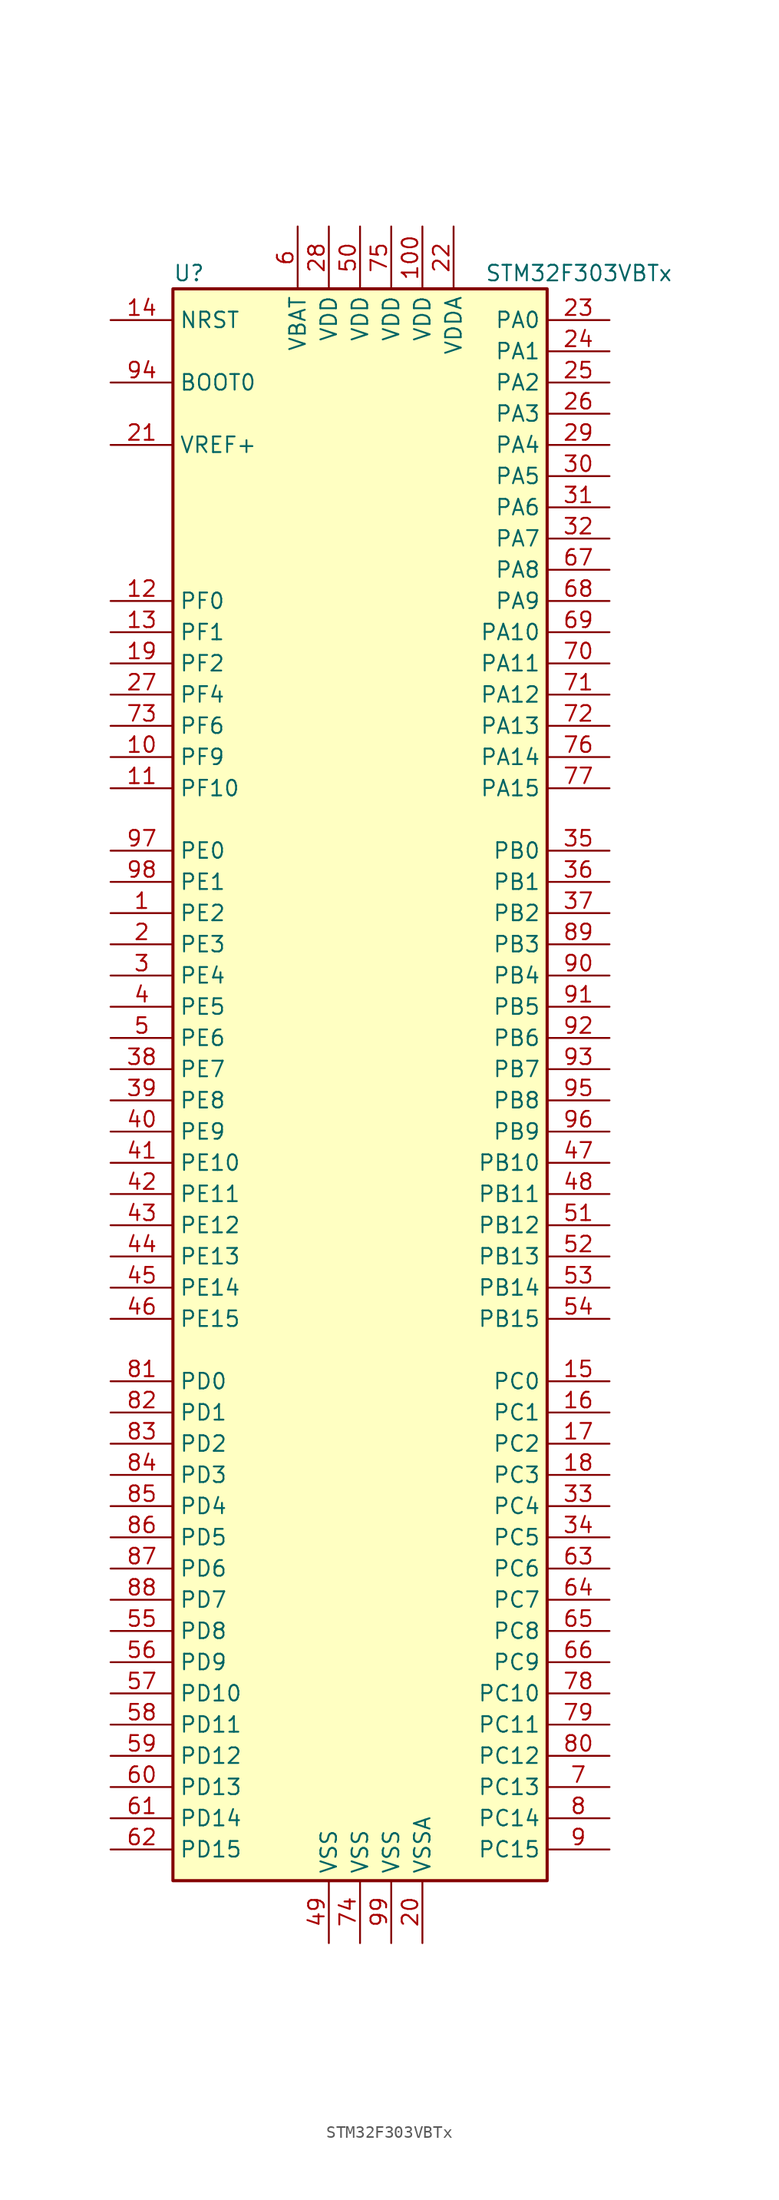
<source format=kicad_sym>
(kicad_symbol_lib
  (version 20201005)
  (generator kicad_symbol_editor)
  (symbol "STM32F303VBTx"
    (property "Reference" "U"
      (at -15.24 64.77 0)
      (effects (font (size 1.27 1.27)) (justify left)))
    (property "Value" "STM32F303VBTx"
      (at 10.16 64.77 0)
      (effects (font (size 1.27 1.27)) (justify left)))
    (symbol "STM32F303VBTx_0_1"
      (rectangle (start -15.24 -66.04) (end 15.24 63.5) (stroke (width 0.254)) (fill (type background))))
    (symbol "STM32F303VBTx_1_1"
      (pin input line (at -20.32 55.88 0) (length 5.08) (name "BOOT0" (effects (font (size 1.27 1.27)))) (number "94" (effects (font (size 1.27 1.27)))))
      (pin input line (at -20.32 60.96 0) (length 5.08) (name "NRST" (effects (font (size 1.27 1.27)))) (number "14" (effects (font (size 1.27 1.27)))))
      (pin bidirectional line (at 20.32 60.96 180) (length 5.08) (name "PA0" (effects (font (size 1.27 1.27)))) (number "23" (effects (font (size 1.27 1.27)))))
      (pin bidirectional line (at 20.32 58.42 180) (length 5.08) (name "PA1" (effects (font (size 1.27 1.27)))) (number "24" (effects (font (size 1.27 1.27)))))
      (pin bidirectional line (at 20.32 35.56 180) (length 5.08) (name "PA10" (effects (font (size 1.27 1.27)))) (number "69" (effects (font (size 1.27 1.27)))))
      (pin bidirectional line (at 20.32 33.02 180) (length 5.08) (name "PA11" (effects (font (size 1.27 1.27)))) (number "70" (effects (font (size 1.27 1.27)))))
      (pin bidirectional line (at 20.32 30.48 180) (length 5.08) (name "PA12" (effects (font (size 1.27 1.27)))) (number "71" (effects (font (size 1.27 1.27)))))
      (pin bidirectional line (at 20.32 27.94 180) (length 5.08) (name "PA13" (effects (font (size 1.27 1.27)))) (number "72" (effects (font (size 1.27 1.27)))))
      (pin bidirectional line (at 20.32 25.4 180) (length 5.08) (name "PA14" (effects (font (size 1.27 1.27)))) (number "76" (effects (font (size 1.27 1.27)))))
      (pin bidirectional line (at 20.32 22.86 180) (length 5.08) (name "PA15" (effects (font (size 1.27 1.27)))) (number "77" (effects (font (size 1.27 1.27)))))
      (pin bidirectional line (at 20.32 55.88 180) (length 5.08) (name "PA2" (effects (font (size 1.27 1.27)))) (number "25" (effects (font (size 1.27 1.27)))))
      (pin bidirectional line (at 20.32 53.34 180) (length 5.08) (name "PA3" (effects (font (size 1.27 1.27)))) (number "26" (effects (font (size 1.27 1.27)))))
      (pin bidirectional line (at 20.32 50.8 180) (length 5.08) (name "PA4" (effects (font (size 1.27 1.27)))) (number "29" (effects (font (size 1.27 1.27)))))
      (pin bidirectional line (at 20.32 48.26 180) (length 5.08) (name "PA5" (effects (font (size 1.27 1.27)))) (number "30" (effects (font (size 1.27 1.27)))))
      (pin bidirectional line (at 20.32 45.72 180) (length 5.08) (name "PA6" (effects (font (size 1.27 1.27)))) (number "31" (effects (font (size 1.27 1.27)))))
      (pin bidirectional line (at 20.32 43.18 180) (length 5.08) (name "PA7" (effects (font (size 1.27 1.27)))) (number "32" (effects (font (size 1.27 1.27)))))
      (pin bidirectional line (at 20.32 40.64 180) (length 5.08) (name "PA8" (effects (font (size 1.27 1.27)))) (number "67" (effects (font (size 1.27 1.27)))))
      (pin bidirectional line (at 20.32 38.1 180) (length 5.08) (name "PA9" (effects (font (size 1.27 1.27)))) (number "68" (effects (font (size 1.27 1.27)))))
      (pin bidirectional line (at 20.32 17.78 180) (length 5.08) (name "PB0" (effects (font (size 1.27 1.27)))) (number "35" (effects (font (size 1.27 1.27)))))
      (pin bidirectional line (at 20.32 15.24 180) (length 5.08) (name "PB1" (effects (font (size 1.27 1.27)))) (number "36" (effects (font (size 1.27 1.27)))))
      (pin bidirectional line (at 20.32 -7.62 180) (length 5.08) (name "PB10" (effects (font (size 1.27 1.27)))) (number "47" (effects (font (size 1.27 1.27)))))
      (pin bidirectional line (at 20.32 -10.16 180) (length 5.08) (name "PB11" (effects (font (size 1.27 1.27)))) (number "48" (effects (font (size 1.27 1.27)))))
      (pin bidirectional line (at 20.32 -12.7 180) (length 5.08) (name "PB12" (effects (font (size 1.27 1.27)))) (number "51" (effects (font (size 1.27 1.27)))))
      (pin bidirectional line (at 20.32 -15.24 180) (length 5.08) (name "PB13" (effects (font (size 1.27 1.27)))) (number "52" (effects (font (size 1.27 1.27)))))
      (pin bidirectional line (at 20.32 -17.78 180) (length 5.08) (name "PB14" (effects (font (size 1.27 1.27)))) (number "53" (effects (font (size 1.27 1.27)))))
      (pin bidirectional line (at 20.32 -20.32 180) (length 5.08) (name "PB15" (effects (font (size 1.27 1.27)))) (number "54" (effects (font (size 1.27 1.27)))))
      (pin bidirectional line (at 20.32 12.7 180) (length 5.08) (name "PB2" (effects (font (size 1.27 1.27)))) (number "37" (effects (font (size 1.27 1.27)))))
      (pin bidirectional line (at 20.32 10.16 180) (length 5.08) (name "PB3" (effects (font (size 1.27 1.27)))) (number "89" (effects (font (size 1.27 1.27)))))
      (pin bidirectional line (at 20.32 7.62 180) (length 5.08) (name "PB4" (effects (font (size 1.27 1.27)))) (number "90" (effects (font (size 1.27 1.27)))))
      (pin bidirectional line (at 20.32 5.08 180) (length 5.08) (name "PB5" (effects (font (size 1.27 1.27)))) (number "91" (effects (font (size 1.27 1.27)))))
      (pin bidirectional line (at 20.32 2.54 180) (length 5.08) (name "PB6" (effects (font (size 1.27 1.27)))) (number "92" (effects (font (size 1.27 1.27)))))
      (pin bidirectional line (at 20.32 0 180) (length 5.08) (name "PB7" (effects (font (size 1.27 1.27)))) (number "93" (effects (font (size 1.27 1.27)))))
      (pin bidirectional line (at 20.32 -2.54 180) (length 5.08) (name "PB8" (effects (font (size 1.27 1.27)))) (number "95" (effects (font (size 1.27 1.27)))))
      (pin bidirectional line (at 20.32 -5.08 180) (length 5.08) (name "PB9" (effects (font (size 1.27 1.27)))) (number "96" (effects (font (size 1.27 1.27)))))
      (pin bidirectional line (at 20.32 -25.4 180) (length 5.08) (name "PC0" (effects (font (size 1.27 1.27)))) (number "15" (effects (font (size 1.27 1.27)))))
      (pin bidirectional line (at 20.32 -27.94 180) (length 5.08) (name "PC1" (effects (font (size 1.27 1.27)))) (number "16" (effects (font (size 1.27 1.27)))))
      (pin bidirectional line (at 20.32 -50.8 180) (length 5.08) (name "PC10" (effects (font (size 1.27 1.27)))) (number "78" (effects (font (size 1.27 1.27)))))
      (pin bidirectional line (at 20.32 -53.34 180) (length 5.08) (name "PC11" (effects (font (size 1.27 1.27)))) (number "79" (effects (font (size 1.27 1.27)))))
      (pin bidirectional line (at 20.32 -55.88 180) (length 5.08) (name "PC12" (effects (font (size 1.27 1.27)))) (number "80" (effects (font (size 1.27 1.27)))))
      (pin bidirectional line (at 20.32 -58.42 180) (length 5.08) (name "PC13" (effects (font (size 1.27 1.27)))) (number "7" (effects (font (size 1.27 1.27)))))
      (pin bidirectional line (at 20.32 -60.96 180) (length 5.08) (name "PC14" (effects (font (size 1.27 1.27)))) (number "8" (effects (font (size 1.27 1.27)))))
      (pin bidirectional line (at 20.32 -63.5 180) (length 5.08) (name "PC15" (effects (font (size 1.27 1.27)))) (number "9" (effects (font (size 1.27 1.27)))))
      (pin bidirectional line (at 20.32 -30.48 180) (length 5.08) (name "PC2" (effects (font (size 1.27 1.27)))) (number "17" (effects (font (size 1.27 1.27)))))
      (pin bidirectional line (at 20.32 -33.02 180) (length 5.08) (name "PC3" (effects (font (size 1.27 1.27)))) (number "18" (effects (font (size 1.27 1.27)))))
      (pin bidirectional line (at 20.32 -35.56 180) (length 5.08) (name "PC4" (effects (font (size 1.27 1.27)))) (number "33" (effects (font (size 1.27 1.27)))))
      (pin bidirectional line (at 20.32 -38.1 180) (length 5.08) (name "PC5" (effects (font (size 1.27 1.27)))) (number "34" (effects (font (size 1.27 1.27)))))
      (pin bidirectional line (at 20.32 -40.64 180) (length 5.08) (name "PC6" (effects (font (size 1.27 1.27)))) (number "63" (effects (font (size 1.27 1.27)))))
      (pin bidirectional line (at 20.32 -43.18 180) (length 5.08) (name "PC7" (effects (font (size 1.27 1.27)))) (number "64" (effects (font (size 1.27 1.27)))))
      (pin bidirectional line (at 20.32 -45.72 180) (length 5.08) (name "PC8" (effects (font (size 1.27 1.27)))) (number "65" (effects (font (size 1.27 1.27)))))
      (pin bidirectional line (at 20.32 -48.26 180) (length 5.08) (name "PC9" (effects (font (size 1.27 1.27)))) (number "66" (effects (font (size 1.27 1.27)))))
      (pin bidirectional line (at -20.32 -25.4 0) (length 5.08) (name "PD0" (effects (font (size 1.27 1.27)))) (number "81" (effects (font (size 1.27 1.27)))))
      (pin bidirectional line (at -20.32 -27.94 0) (length 5.08) (name "PD1" (effects (font (size 1.27 1.27)))) (number "82" (effects (font (size 1.27 1.27)))))
      (pin bidirectional line (at -20.32 -50.8 0) (length 5.08) (name "PD10" (effects (font (size 1.27 1.27)))) (number "57" (effects (font (size 1.27 1.27)))))
      (pin bidirectional line (at -20.32 -53.34 0) (length 5.08) (name "PD11" (effects (font (size 1.27 1.27)))) (number "58" (effects (font (size 1.27 1.27)))))
      (pin bidirectional line (at -20.32 -55.88 0) (length 5.08) (name "PD12" (effects (font (size 1.27 1.27)))) (number "59" (effects (font (size 1.27 1.27)))))
      (pin bidirectional line (at -20.32 -58.42 0) (length 5.08) (name "PD13" (effects (font (size 1.27 1.27)))) (number "60" (effects (font (size 1.27 1.27)))))
      (pin bidirectional line (at -20.32 -60.96 0) (length 5.08) (name "PD14" (effects (font (size 1.27 1.27)))) (number "61" (effects (font (size 1.27 1.27)))))
      (pin bidirectional line (at -20.32 -63.5 0) (length 5.08) (name "PD15" (effects (font (size 1.27 1.27)))) (number "62" (effects (font (size 1.27 1.27)))))
      (pin bidirectional line (at -20.32 -30.48 0) (length 5.08) (name "PD2" (effects (font (size 1.27 1.27)))) (number "83" (effects (font (size 1.27 1.27)))))
      (pin bidirectional line (at -20.32 -33.02 0) (length 5.08) (name "PD3" (effects (font (size 1.27 1.27)))) (number "84" (effects (font (size 1.27 1.27)))))
      (pin bidirectional line (at -20.32 -35.56 0) (length 5.08) (name "PD4" (effects (font (size 1.27 1.27)))) (number "85" (effects (font (size 1.27 1.27)))))
      (pin bidirectional line (at -20.32 -38.1 0) (length 5.08) (name "PD5" (effects (font (size 1.27 1.27)))) (number "86" (effects (font (size 1.27 1.27)))))
      (pin bidirectional line (at -20.32 -40.64 0) (length 5.08) (name "PD6" (effects (font (size 1.27 1.27)))) (number "87" (effects (font (size 1.27 1.27)))))
      (pin bidirectional line (at -20.32 -43.18 0) (length 5.08) (name "PD7" (effects (font (size 1.27 1.27)))) (number "88" (effects (font (size 1.27 1.27)))))
      (pin bidirectional line (at -20.32 -45.72 0) (length 5.08) (name "PD8" (effects (font (size 1.27 1.27)))) (number "55" (effects (font (size 1.27 1.27)))))
      (pin bidirectional line (at -20.32 -48.26 0) (length 5.08) (name "PD9" (effects (font (size 1.27 1.27)))) (number "56" (effects (font (size 1.27 1.27)))))
      (pin bidirectional line (at -20.32 17.78 0) (length 5.08) (name "PE0" (effects (font (size 1.27 1.27)))) (number "97" (effects (font (size 1.27 1.27)))))
      (pin bidirectional line (at -20.32 15.24 0) (length 5.08) (name "PE1" (effects (font (size 1.27 1.27)))) (number "98" (effects (font (size 1.27 1.27)))))
      (pin bidirectional line (at -20.32 -7.62 0) (length 5.08) (name "PE10" (effects (font (size 1.27 1.27)))) (number "41" (effects (font (size 1.27 1.27)))))
      (pin bidirectional line (at -20.32 -10.16 0) (length 5.08) (name "PE11" (effects (font (size 1.27 1.27)))) (number "42" (effects (font (size 1.27 1.27)))))
      (pin bidirectional line (at -20.32 -12.7 0) (length 5.08) (name "PE12" (effects (font (size 1.27 1.27)))) (number "43" (effects (font (size 1.27 1.27)))))
      (pin bidirectional line (at -20.32 -15.24 0) (length 5.08) (name "PE13" (effects (font (size 1.27 1.27)))) (number "44" (effects (font (size 1.27 1.27)))))
      (pin bidirectional line (at -20.32 -17.78 0) (length 5.08) (name "PE14" (effects (font (size 1.27 1.27)))) (number "45" (effects (font (size 1.27 1.27)))))
      (pin bidirectional line (at -20.32 -20.32 0) (length 5.08) (name "PE15" (effects (font (size 1.27 1.27)))) (number "46" (effects (font (size 1.27 1.27)))))
      (pin bidirectional line (at -20.32 12.7 0) (length 5.08) (name "PE2" (effects (font (size 1.27 1.27)))) (number "1" (effects (font (size 1.27 1.27)))))
      (pin bidirectional line (at -20.32 10.16 0) (length 5.08) (name "PE3" (effects (font (size 1.27 1.27)))) (number "2" (effects (font (size 1.27 1.27)))))
      (pin bidirectional line (at -20.32 7.62 0) (length 5.08) (name "PE4" (effects (font (size 1.27 1.27)))) (number "3" (effects (font (size 1.27 1.27)))))
      (pin bidirectional line (at -20.32 5.08 0) (length 5.08) (name "PE5" (effects (font (size 1.27 1.27)))) (number "4" (effects (font (size 1.27 1.27)))))
      (pin bidirectional line (at -20.32 2.54 0) (length 5.08) (name "PE6" (effects (font (size 1.27 1.27)))) (number "5" (effects (font (size 1.27 1.27)))))
      (pin bidirectional line (at -20.32 0 0) (length 5.08) (name "PE7" (effects (font (size 1.27 1.27)))) (number "38" (effects (font (size 1.27 1.27)))))
      (pin bidirectional line (at -20.32 -2.54 0) (length 5.08) (name "PE8" (effects (font (size 1.27 1.27)))) (number "39" (effects (font (size 1.27 1.27)))))
      (pin bidirectional line (at -20.32 -5.08 0) (length 5.08) (name "PE9" (effects (font (size 1.27 1.27)))) (number "40" (effects (font (size 1.27 1.27)))))
      (pin input line (at -20.32 38.1 0) (length 5.08) (name "PF0" (effects (font (size 1.27 1.27)))) (number "12" (effects (font (size 1.27 1.27)))))
      (pin input line (at -20.32 35.56 0) (length 5.08) (name "PF1" (effects (font (size 1.27 1.27)))) (number "13" (effects (font (size 1.27 1.27)))))
      (pin bidirectional line (at -20.32 22.86 0) (length 5.08) (name "PF10" (effects (font (size 1.27 1.27)))) (number "11" (effects (font (size 1.27 1.27)))))
      (pin bidirectional line (at -20.32 33.02 0) (length 5.08) (name "PF2" (effects (font (size 1.27 1.27)))) (number "19" (effects (font (size 1.27 1.27)))))
      (pin bidirectional line (at -20.32 30.48 0) (length 5.08) (name "PF4" (effects (font (size 1.27 1.27)))) (number "27" (effects (font (size 1.27 1.27)))))
      (pin bidirectional line (at -20.32 27.94 0) (length 5.08) (name "PF6" (effects (font (size 1.27 1.27)))) (number "73" (effects (font (size 1.27 1.27)))))
      (pin bidirectional line (at -20.32 25.4 0) (length 5.08) (name "PF9" (effects (font (size 1.27 1.27)))) (number "10" (effects (font (size 1.27 1.27)))))
      (pin power_in line (at -5.08 68.58 270) (length 5.08) (name "VBAT" (effects (font (size 1.27 1.27)))) (number "6" (effects (font (size 1.27 1.27)))))
      (pin power_in line (at 5.08 68.58 270) (length 5.08) (name "VDD" (effects (font (size 1.27 1.27)))) (number "100" (effects (font (size 1.27 1.27)))))
      (pin power_in line (at -2.54 68.58 270) (length 5.08) (name "VDD" (effects (font (size 1.27 1.27)))) (number "28" (effects (font (size 1.27 1.27)))))
      (pin power_in line (at 0 68.58 270) (length 5.08) (name "VDD" (effects (font (size 1.27 1.27)))) (number "50" (effects (font (size 1.27 1.27)))))
      (pin power_in line (at 2.54 68.58 270) (length 5.08) (name "VDD" (effects (font (size 1.27 1.27)))) (number "75" (effects (font (size 1.27 1.27)))))
      (pin power_in line (at 7.62 68.58 270) (length 5.08) (name "VDDA" (effects (font (size 1.27 1.27)))) (number "22" (effects (font (size 1.27 1.27)))))
      (pin power_in line (at -20.32 50.8 0) (length 5.08) (name "VREF+" (effects (font (size 1.27 1.27)))) (number "21" (effects (font (size 1.27 1.27)))))
      (pin power_in line (at -2.54 -71.12 90) (length 5.08) (name "VSS" (effects (font (size 1.27 1.27)))) (number "49" (effects (font (size 1.27 1.27)))))
      (pin power_in line (at 0 -71.12 90) (length 5.08) (name "VSS" (effects (font (size 1.27 1.27)))) (number "74" (effects (font (size 1.27 1.27)))))
      (pin power_in line (at 2.54 -71.12 90) (length 5.08) (name "VSS" (effects (font (size 1.27 1.27)))) (number "99" (effects (font (size 1.27 1.27)))))
      (pin power_in line (at 5.08 -71.12 90) (length 5.08) (name "VSSA" (effects (font (size 1.27 1.27)))) (number "20" (effects (font (size 1.27 1.27))))))))
</source>
